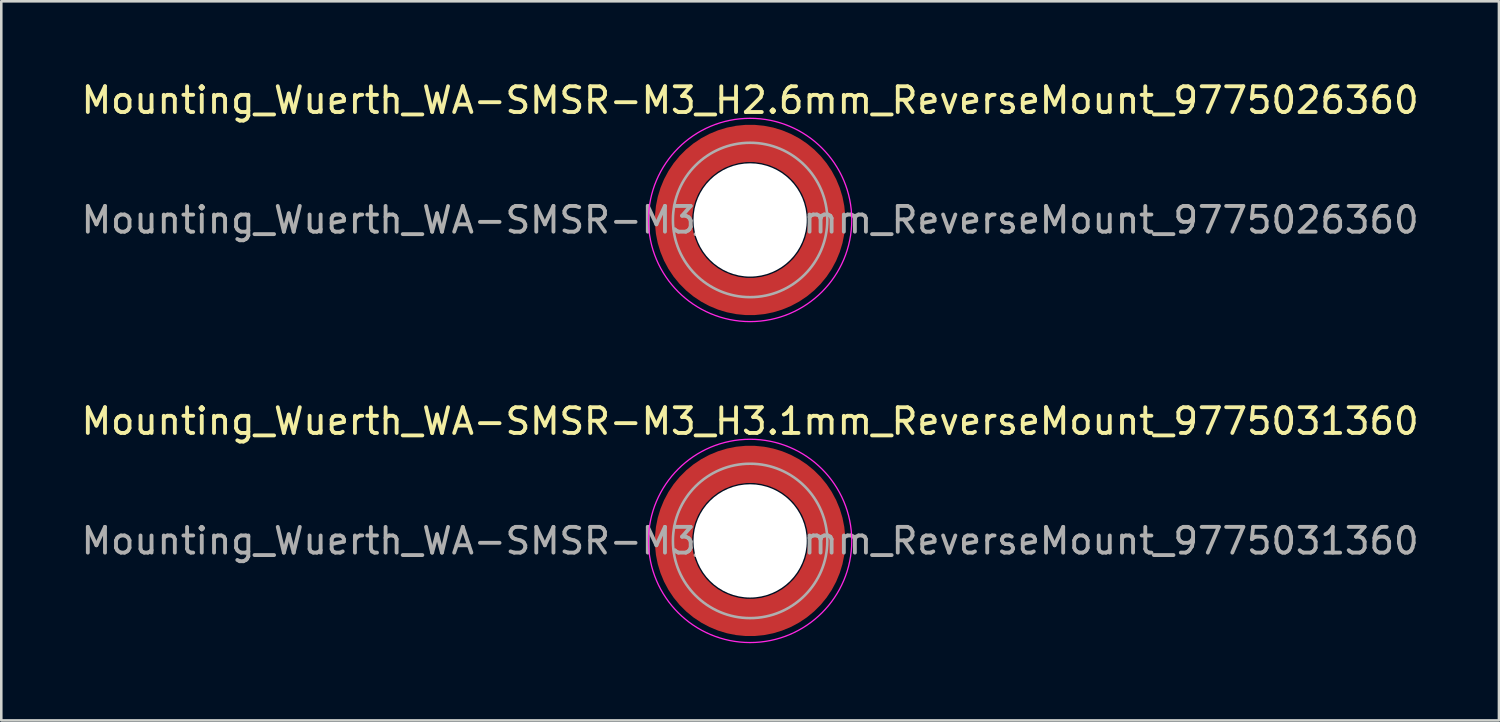
<source format=kicad_pcb>
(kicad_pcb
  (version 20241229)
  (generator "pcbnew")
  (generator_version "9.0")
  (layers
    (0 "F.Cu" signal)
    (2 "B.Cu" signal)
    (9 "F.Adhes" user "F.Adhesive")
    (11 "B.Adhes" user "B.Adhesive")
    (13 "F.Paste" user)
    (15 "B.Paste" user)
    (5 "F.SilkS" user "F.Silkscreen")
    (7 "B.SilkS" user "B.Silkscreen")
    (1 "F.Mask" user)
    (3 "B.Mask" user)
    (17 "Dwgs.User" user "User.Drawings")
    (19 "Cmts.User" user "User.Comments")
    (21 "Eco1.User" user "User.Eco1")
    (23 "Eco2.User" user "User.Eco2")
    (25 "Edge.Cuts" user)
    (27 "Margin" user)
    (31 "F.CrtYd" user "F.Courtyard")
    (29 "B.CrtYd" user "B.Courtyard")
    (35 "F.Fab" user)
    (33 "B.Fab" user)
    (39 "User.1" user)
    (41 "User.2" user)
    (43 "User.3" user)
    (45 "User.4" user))
  (footprint "Mounting_Wuerth_WA-SMSR-M3_H3.1mm_ReverseMount_9775031360"
    (layer "F.Cu")
    (at 26.101 17.971)
    (property "Reference" "Mounting_Wuerth_WA-SMSR-M3_H3.1mm_ReverseMount_9775031360" (at 0 -4.65 0) (layer "F.SilkS") (effects (font (size 1 1) (thickness 0.15))))
    (attr smd)
    (fp_circle (center 0 0) (end 3.95 0) (stroke (width 0.05) (type solid)) (fill no) (layer "F.CrtYd"))
    (fp_circle (center 0 0) (end 3 0) (stroke (width 0.1) (type solid)) (fill no) (layer "F.Fab"))
    (fp_text user "${REFERENCE}" (at 0 0 0) (layer "F.Fab") (effects (font (size 1 1) (thickness 0.15))))
    (pad "" smd custom (at -2.095 -2.095) (size 0.945 0.945) (layers "F.Paste") (options (anchor circle)) (primitives (gr_arc (start -0.24231 1.594804) (mid 0.404104 0.405534) (end 1.592827 -0.241886) (width 0.2)) (gr_arc (start -0.3398 1.594804) (mid 0.335987 0.338711) (end 1.591031 -0.339022) (width 0.2)) (gr_arc (start -0.437132 1.594804) (mid 0.268952 0.270807) (end 1.592231 -0.436623) (width 0.2)) (gr_arc (start -0.534324 1.594804) (mid 0.201345 0.203474) (end 1.591846 -0.53376) (width 0.2)) (gr_arc (start -0.631391 1.594804) (mid 0.134696 0.135183) (end 1.594126 -0.631267) (width 0.2)) (gr_arc (start -0.728345 1.594804) (mid 0.067234 0.067705) (end 1.594149 -0.728229) (width 0.2)) (gr_arc (start -0.825197 1.594804) (mid -0.001218 0.001219) (end 1.591408 -0.824614) (width 0.2)) (gr_arc (start -0.921958 1.594804) (mid -0.068952 -0.065985) (end 1.590665 -0.921269) (width 0.2)) (gr_arc (start -1.018637 1.594804) (mid -0.135972 -0.133907) (end 1.59192 -1.018172) (width 0.2)) (gr_arc (start -1.115239 1.594804) (mid -0.20428 -0.200537) (end 1.589574 -1.11442) (width 0.2)) (gr_arc (start -1.211773 1.594804) (mid -0.26993 -0.269828) (end 1.594662 -1.211751) (width 0.2)) (gr_arc (start -1.308244 1.594804) (mid -0.33911 -0.335587) (end 1.589875 -1.307516) (width 0.2)) (gr_arc (start -1.404657 1.594804) (mid -0.405633 -0.404004) (end 1.592524 -1.404331) (width 0.2)) (gr_arc (start -1.404657 1.594804) (mid -0.405633 -0.404004) (end 1.592524 -1.404331) (width 0.2)) (gr_line (start 1.595 -0.242) (end 1.595 -1.405) (width 0.2)) (gr_line (start -0.242 1.595) (end -1.405 1.595) (width 0.2))))
    (pad "" smd custom (at -2.095 2.095) (size 0.945 0.945) (layers "F.Paste") (options (anchor circle)) (primitives (gr_arc (start 1.594804 0.24231) (mid 0.405534 -0.404104) (end -0.241886 -1.592827) (width 0.2)) (gr_arc (start 1.594804 0.3398) (mid 0.338711 -0.335987) (end -0.339022 -1.591031) (width 0.2)) (gr_arc (start 1.594804 0.437132) (mid 0.270807 -0.268952) (end -0.436623 -1.592231) (width 0.2)) (gr_arc (start 1.594804 0.534324) (mid 0.203474 -0.201345) (end -0.53376 -1.591846) (width 0.2)) (gr_arc (start 1.594804 0.631391) (mid 0.135183 -0.134696) (end -0.631267 -1.594126) (width 0.2)) (gr_arc (start 1.594804 0.728345) (mid 0.067705 -0.067234) (end -0.728229 -1.594149) (width 0.2)) (gr_arc (start 1.594804 0.825197) (mid 0.001219 0.001218) (end -0.824614 -1.591408) (width 0.2)) (gr_arc (start 1.594804 0.921958) (mid -0.065985 0.068952) (end -0.921269 -1.590665) (width 0.2)) (gr_arc (start 1.594804 1.018637) (mid -0.133907 0.135972) (end -1.018172 -1.59192) (width 0.2)) (gr_arc (start 1.594804 1.115239) (mid -0.200537 0.20428) (end -1.11442 -1.589574) (width 0.2)) (gr_arc (start 1.594804 1.211773) (mid -0.269828 0.26993) (end -1.211751 -1.594662) (width 0.2)) (gr_arc (start 1.594804 1.308244) (mid -0.335587 0.33911) (end -1.307516 -1.589875) (width 0.2)) (gr_arc (start 1.594804 1.404657) (mid -0.404004 0.405633) (end -1.404331 -1.592524) (width 0.2)) (gr_arc (start 1.594804 1.404657) (mid -0.404004 0.405633) (end -1.404331 -1.592524) (width 0.2)) (gr_line (start -0.242 -1.595) (end -1.405 -1.595) (width 0.2)) (gr_line (start 1.595 0.242) (end 1.595 1.405) (width 0.2))))
    (pad "" np_thru_hole circle (at 0 0) (size 4.4 4.4) (drill 4.4) (layers "*.Cu" "*.Mask"))
    (pad "" smd custom (at 2.095 -2.095) (size 0.945 0.945) (layers "F.Paste") (options (anchor circle)) (primitives (gr_arc (start -1.594804 -0.24231) (mid -0.405534 0.404104) (end 0.241886 1.592827) (width 0.2)) (gr_arc (start -1.594804 -0.3398) (mid -0.338711 0.335987) (end 0.339022 1.591031) (width 0.2)) (gr_arc (start -1.594804 -0.437132) (mid -0.270807 0.268952) (end 0.436623 1.592231) (width 0.2)) (gr_arc (start -1.594804 -0.534324) (mid -0.203474 0.201345) (end 0.53376 1.591846) (width 0.2)) (gr_arc (start -1.594804 -0.631391) (mid -0.135183 0.134696) (end 0.631267 1.594126) (width 0.2)) (gr_arc (start -1.594804 -0.728345) (mid -0.067705 0.067234) (end 0.728229 1.594149) (width 0.2)) (gr_arc (start -1.594804 -0.825197) (mid -0.001219 -0.001218) (end 0.824614 1.591408) (width 0.2)) (gr_arc (start -1.594804 -0.921958) (mid 0.065985 -0.068952) (end 0.921269 1.590665) (width 0.2)) (gr_arc (start -1.594804 -1.018637) (mid 0.133907 -0.135972) (end 1.018172 1.59192) (width 0.2)) (gr_arc (start -1.594804 -1.115239) (mid 0.200537 -0.20428) (end 1.11442 1.589574) (width 0.2)) (gr_arc (start -1.594804 -1.211773) (mid 0.269828 -0.26993) (end 1.211751 1.594662) (width 0.2)) (gr_arc (start -1.594804 -1.308244) (mid 0.335587 -0.33911) (end 1.307516 1.589875) (width 0.2)) (gr_arc (start -1.594804 -1.404657) (mid 0.404004 -0.405633) (end 1.404331 1.592524) (width 0.2)) (gr_arc (start -1.594804 -1.404657) (mid 0.404004 -0.405633) (end 1.404331 1.592524) (width 0.2)) (gr_line (start 0.242 1.595) (end 1.405 1.595) (width 0.2)) (gr_line (start -1.595 -0.242) (end -1.595 -1.405) (width 0.2))))
    (pad "" smd custom (at 2.095 2.095) (size 0.945 0.945) (layers "F.Paste") (options (anchor circle)) (primitives (gr_arc (start 0.24231 -1.594804) (mid -0.404104 -0.405534) (end -1.592827 0.241886) (width 0.2)) (gr_arc (start 0.3398 -1.594804) (mid -0.335987 -0.338711) (end -1.591031 0.339022) (width 0.2)) (gr_arc (start 0.437132 -1.594804) (mid -0.268952 -0.270807) (end -1.592231 0.436623) (width 0.2)) (gr_arc (start 0.534324 -1.594804) (mid -0.201345 -0.203474) (end -1.591846 0.53376) (width 0.2)) (gr_arc (start 0.631391 -1.594804) (mid -0.134696 -0.135183) (end -1.594126 0.631267) (width 0.2)) (gr_arc (start 0.728345 -1.594804) (mid -0.067234 -0.067705) (end -1.594149 0.728229) (width 0.2)) (gr_arc (start 0.825197 -1.594804) (mid 0.001218 -0.001219) (end -1.591408 0.824614) (width 0.2)) (gr_arc (start 0.921958 -1.594804) (mid 0.068952 0.065985) (end -1.590665 0.921269) (width 0.2)) (gr_arc (start 1.018637 -1.594804) (mid 0.135972 0.133907) (end -1.59192 1.018172) (width 0.2)) (gr_arc (start 1.115239 -1.594804) (mid 0.20428 0.200537) (end -1.589574 1.11442) (width 0.2)) (gr_arc (start 1.211773 -1.594804) (mid 0.26993 0.269828) (end -1.594662 1.211751) (width 0.2)) (gr_arc (start 1.308244 -1.594804) (mid 0.33911 0.335587) (end -1.589875 1.307516) (width 0.2)) (gr_arc (start 1.404657 -1.594804) (mid 0.405633 0.404004) (end -1.592524 1.404331) (width 0.2)) (gr_arc (start 1.404657 -1.594804) (mid 0.405633 0.404004) (end -1.592524 1.404331) (width 0.2)) (gr_line (start -1.595 0.242) (end -1.595 1.405) (width 0.2)) (gr_line (start 0.242 -1.595) (end 1.405 -1.595) (width 0.2))))
    (pad "1" smd circle (at -2.975 0) (size 1.05 1.05) (layers "F.Cu"))
    (pad "1" smd circle (at 0 -2.975) (size 1.05 1.05) (layers "F.Cu"))
    (pad "1" smd circle (at 0 2.975) (size 1.05 1.05) (layers "F.Cu"))
    (pad "1" smd custom (at 2.975 0) (size 1.05 1.05) (layers "F.Cu" "F.Mask") (options (anchor circle)) (primitives (gr_circle (center -2.975 0) (end 0 0) (width 1.45) (fill no)))))
  (footprint "Mounting_Wuerth_WA-SMSR-M3_H2.6mm_ReverseMount_9775026360"
    (layer "F.Cu")
    (at 26.101 5.498)
    (property "Reference" "Mounting_Wuerth_WA-SMSR-M3_H2.6mm_ReverseMount_9775026360" (at 0 -4.65 0) (layer "F.SilkS") (effects (font (size 1 1) (thickness 0.15))))
    (attr smd)
    (fp_circle (center 0 0) (end 3.95 0) (stroke (width 0.05) (type solid)) (fill no) (layer "F.CrtYd"))
    (fp_circle (center 0 0) (end 3 0) (stroke (width 0.1) (type solid)) (fill no) (layer "F.Fab"))
    (fp_text user "${REFERENCE}" (at 0 0 0) (layer "F.Fab") (effects (font (size 1 1) (thickness 0.15))))
    (pad "" smd custom (at -2.095 -2.095) (size 0.945 0.945) (layers "F.Paste") (options (anchor circle)) (primitives (gr_arc (start -0.24231 1.594804) (mid 0.404104 0.405534) (end 1.592827 -0.241886) (width 0.2)) (gr_arc (start -0.3398 1.594804) (mid 0.335987 0.338711) (end 1.591031 -0.339022) (width 0.2)) (gr_arc (start -0.437132 1.594804) (mid 0.268952 0.270807) (end 1.592231 -0.436623) (width 0.2)) (gr_arc (start -0.534324 1.594804) (mid 0.201345 0.203474) (end 1.591846 -0.53376) (width 0.2)) (gr_arc (start -0.631391 1.594804) (mid 0.134696 0.135183) (end 1.594126 -0.631267) (width 0.2)) (gr_arc (start -0.728345 1.594804) (mid 0.067234 0.067705) (end 1.594149 -0.728229) (width 0.2)) (gr_arc (start -0.825197 1.594804) (mid -0.001218 0.001219) (end 1.591408 -0.824614) (width 0.2)) (gr_arc (start -0.921958 1.594804) (mid -0.068952 -0.065985) (end 1.590665 -0.921269) (width 0.2)) (gr_arc (start -1.018637 1.594804) (mid -0.135972 -0.133907) (end 1.59192 -1.018172) (width 0.2)) (gr_arc (start -1.115239 1.594804) (mid -0.20428 -0.200537) (end 1.589574 -1.11442) (width 0.2)) (gr_arc (start -1.211773 1.594804) (mid -0.26993 -0.269828) (end 1.594662 -1.211751) (width 0.2)) (gr_arc (start -1.308244 1.594804) (mid -0.33911 -0.335587) (end 1.589875 -1.307516) (width 0.2)) (gr_arc (start -1.404657 1.594804) (mid -0.405633 -0.404004) (end 1.592524 -1.404331) (width 0.2)) (gr_arc (start -1.404657 1.594804) (mid -0.405633 -0.404004) (end 1.592524 -1.404331) (width 0.2)) (gr_line (start 1.595 -0.242) (end 1.595 -1.405) (width 0.2)) (gr_line (start -0.242 1.595) (end -1.405 1.595) (width 0.2))))
    (pad "" smd custom (at -2.095 2.095) (size 0.945 0.945) (layers "F.Paste") (options (anchor circle)) (primitives (gr_arc (start 1.594804 0.24231) (mid 0.405534 -0.404104) (end -0.241886 -1.592827) (width 0.2)) (gr_arc (start 1.594804 0.3398) (mid 0.338711 -0.335987) (end -0.339022 -1.591031) (width 0.2)) (gr_arc (start 1.594804 0.437132) (mid 0.270807 -0.268952) (end -0.436623 -1.592231) (width 0.2)) (gr_arc (start 1.594804 0.534324) (mid 0.203474 -0.201345) (end -0.53376 -1.591846) (width 0.2)) (gr_arc (start 1.594804 0.631391) (mid 0.135183 -0.134696) (end -0.631267 -1.594126) (width 0.2)) (gr_arc (start 1.594804 0.728345) (mid 0.067705 -0.067234) (end -0.728229 -1.594149) (width 0.2)) (gr_arc (start 1.594804 0.825197) (mid 0.001219 0.001218) (end -0.824614 -1.591408) (width 0.2)) (gr_arc (start 1.594804 0.921958) (mid -0.065985 0.068952) (end -0.921269 -1.590665) (width 0.2)) (gr_arc (start 1.594804 1.018637) (mid -0.133907 0.135972) (end -1.018172 -1.59192) (width 0.2)) (gr_arc (start 1.594804 1.115239) (mid -0.200537 0.20428) (end -1.11442 -1.589574) (width 0.2)) (gr_arc (start 1.594804 1.211773) (mid -0.269828 0.26993) (end -1.211751 -1.594662) (width 0.2)) (gr_arc (start 1.594804 1.308244) (mid -0.335587 0.33911) (end -1.307516 -1.589875) (width 0.2)) (gr_arc (start 1.594804 1.404657) (mid -0.404004 0.405633) (end -1.404331 -1.592524) (width 0.2)) (gr_arc (start 1.594804 1.404657) (mid -0.404004 0.405633) (end -1.404331 -1.592524) (width 0.2)) (gr_line (start -0.242 -1.595) (end -1.405 -1.595) (width 0.2)) (gr_line (start 1.595 0.242) (end 1.595 1.405) (width 0.2))))
    (pad "" np_thru_hole circle (at 0 0) (size 4.4 4.4) (drill 4.4) (layers "*.Cu" "*.Mask"))
    (pad "" smd custom (at 2.095 -2.095) (size 0.945 0.945) (layers "F.Paste") (options (anchor circle)) (primitives (gr_arc (start -1.594804 -0.24231) (mid -0.405534 0.404104) (end 0.241886 1.592827) (width 0.2)) (gr_arc (start -1.594804 -0.3398) (mid -0.338711 0.335987) (end 0.339022 1.591031) (width 0.2)) (gr_arc (start -1.594804 -0.437132) (mid -0.270807 0.268952) (end 0.436623 1.592231) (width 0.2)) (gr_arc (start -1.594804 -0.534324) (mid -0.203474 0.201345) (end 0.53376 1.591846) (width 0.2)) (gr_arc (start -1.594804 -0.631391) (mid -0.135183 0.134696) (end 0.631267 1.594126) (width 0.2)) (gr_arc (start -1.594804 -0.728345) (mid -0.067705 0.067234) (end 0.728229 1.594149) (width 0.2)) (gr_arc (start -1.594804 -0.825197) (mid -0.001219 -0.001218) (end 0.824614 1.591408) (width 0.2)) (gr_arc (start -1.594804 -0.921958) (mid 0.065985 -0.068952) (end 0.921269 1.590665) (width 0.2)) (gr_arc (start -1.594804 -1.018637) (mid 0.133907 -0.135972) (end 1.018172 1.59192) (width 0.2)) (gr_arc (start -1.594804 -1.115239) (mid 0.200537 -0.20428) (end 1.11442 1.589574) (width 0.2)) (gr_arc (start -1.594804 -1.211773) (mid 0.269828 -0.26993) (end 1.211751 1.594662) (width 0.2)) (gr_arc (start -1.594804 -1.308244) (mid 0.335587 -0.33911) (end 1.307516 1.589875) (width 0.2)) (gr_arc (start -1.594804 -1.404657) (mid 0.404004 -0.405633) (end 1.404331 1.592524) (width 0.2)) (gr_arc (start -1.594804 -1.404657) (mid 0.404004 -0.405633) (end 1.404331 1.592524) (width 0.2)) (gr_line (start 0.242 1.595) (end 1.405 1.595) (width 0.2)) (gr_line (start -1.595 -0.242) (end -1.595 -1.405) (width 0.2))))
    (pad "" smd custom (at 2.095 2.095) (size 0.945 0.945) (layers "F.Paste") (options (anchor circle)) (primitives (gr_arc (start 0.24231 -1.594804) (mid -0.404104 -0.405534) (end -1.592827 0.241886) (width 0.2)) (gr_arc (start 0.3398 -1.594804) (mid -0.335987 -0.338711) (end -1.591031 0.339022) (width 0.2)) (gr_arc (start 0.437132 -1.594804) (mid -0.268952 -0.270807) (end -1.592231 0.436623) (width 0.2)) (gr_arc (start 0.534324 -1.594804) (mid -0.201345 -0.203474) (end -1.591846 0.53376) (width 0.2)) (gr_arc (start 0.631391 -1.594804) (mid -0.134696 -0.135183) (end -1.594126 0.631267) (width 0.2)) (gr_arc (start 0.728345 -1.594804) (mid -0.067234 -0.067705) (end -1.594149 0.728229) (width 0.2)) (gr_arc (start 0.825197 -1.594804) (mid 0.001218 -0.001219) (end -1.591408 0.824614) (width 0.2)) (gr_arc (start 0.921958 -1.594804) (mid 0.068952 0.065985) (end -1.590665 0.921269) (width 0.2)) (gr_arc (start 1.018637 -1.594804) (mid 0.135972 0.133907) (end -1.59192 1.018172) (width 0.2)) (gr_arc (start 1.115239 -1.594804) (mid 0.20428 0.200537) (end -1.589574 1.11442) (width 0.2)) (gr_arc (start 1.211773 -1.594804) (mid 0.26993 0.269828) (end -1.594662 1.211751) (width 0.2)) (gr_arc (start 1.308244 -1.594804) (mid 0.33911 0.335587) (end -1.589875 1.307516) (width 0.2)) (gr_arc (start 1.404657 -1.594804) (mid 0.405633 0.404004) (end -1.592524 1.404331) (width 0.2)) (gr_arc (start 1.404657 -1.594804) (mid 0.405633 0.404004) (end -1.592524 1.404331) (width 0.2)) (gr_line (start -1.595 0.242) (end -1.595 1.405) (width 0.2)) (gr_line (start 0.242 -1.595) (end 1.405 -1.595) (width 0.2))))
    (pad "1" smd circle (at -2.975 0) (size 1.05 1.05) (layers "F.Cu"))
    (pad "1" smd circle (at 0 -2.975) (size 1.05 1.05) (layers "F.Cu"))
    (pad "1" smd circle (at 0 2.975) (size 1.05 1.05) (layers "F.Cu"))
    (pad "1" smd custom (at 2.975 0) (size 1.05 1.05) (layers "F.Cu" "F.Mask") (options (anchor circle)) (primitives (gr_circle (center -2.975 0) (end 0 0) (width 1.45) (fill no)))))
  (gr_rect
    (start -3 -3)
    (end 55.202 24.947)
    (stroke (width 0.1) (type default))
    (fill no)
    (layer "Edge.Cuts")))
</source>
